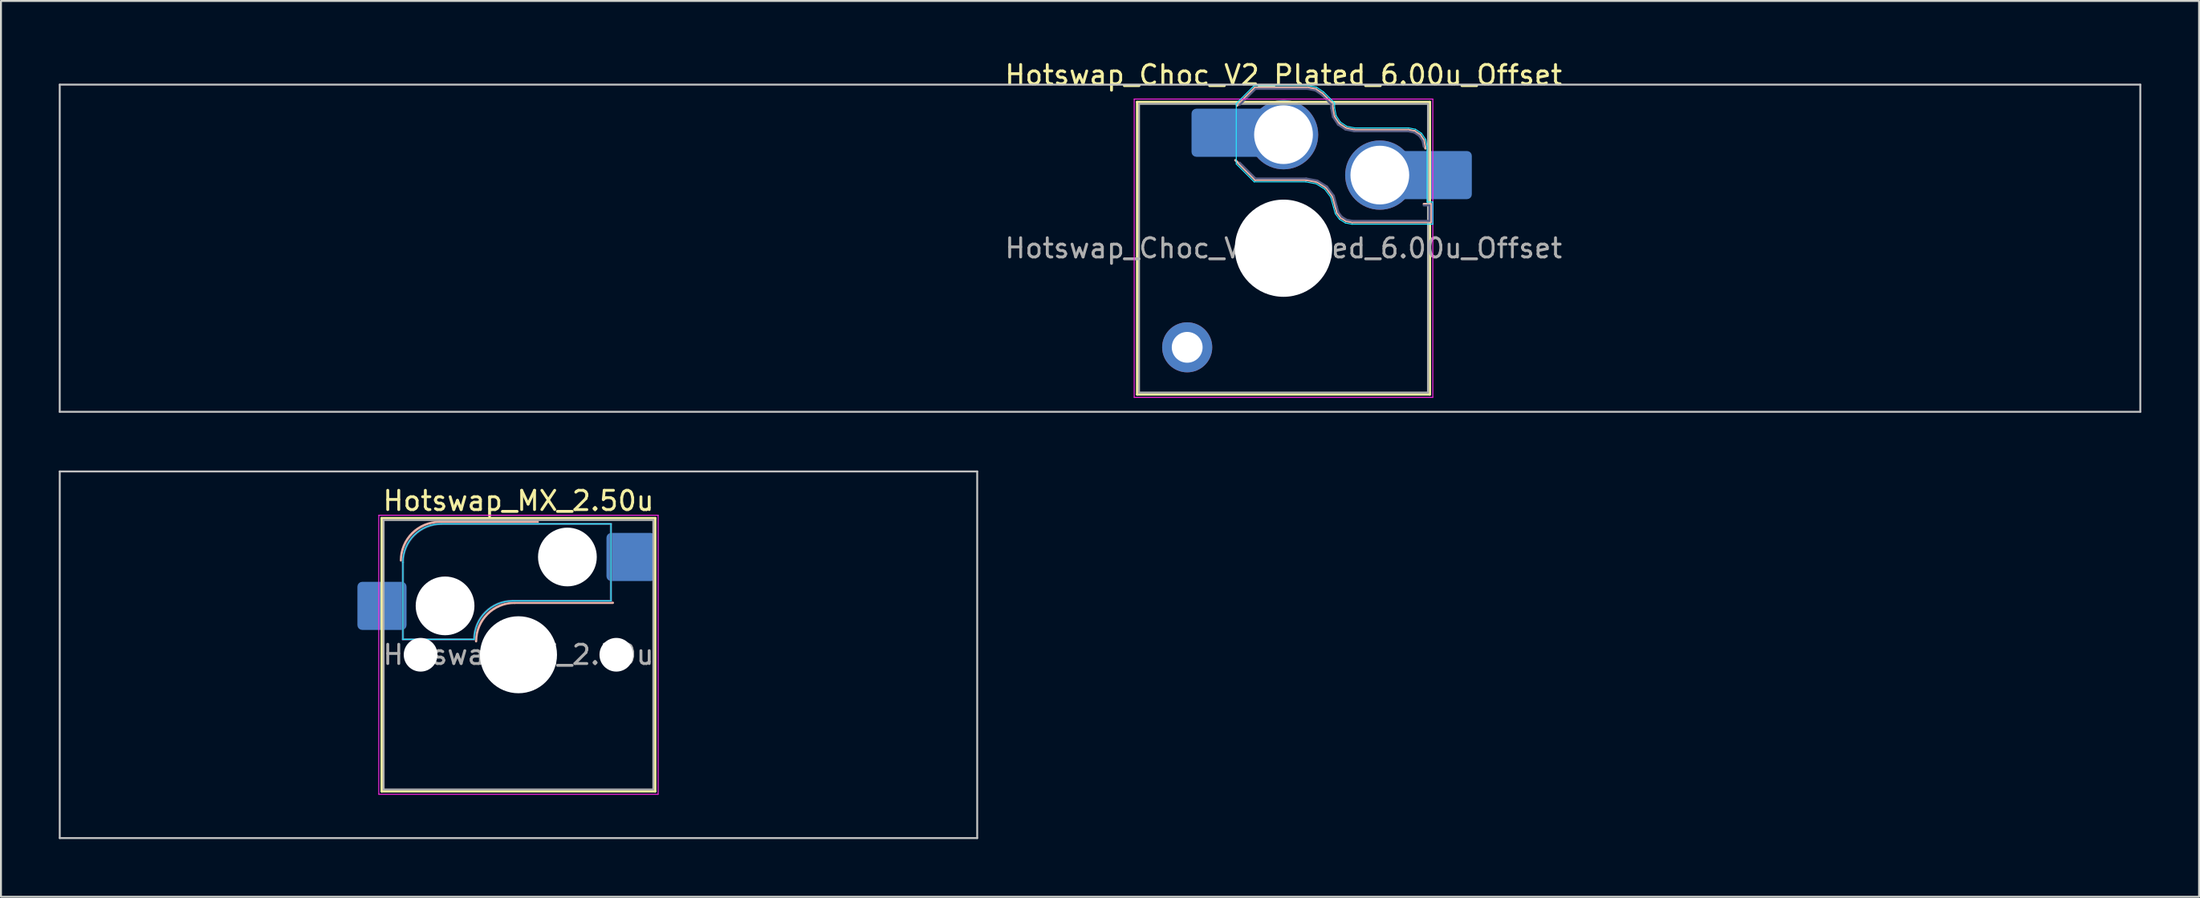
<source format=kicad_pcb>
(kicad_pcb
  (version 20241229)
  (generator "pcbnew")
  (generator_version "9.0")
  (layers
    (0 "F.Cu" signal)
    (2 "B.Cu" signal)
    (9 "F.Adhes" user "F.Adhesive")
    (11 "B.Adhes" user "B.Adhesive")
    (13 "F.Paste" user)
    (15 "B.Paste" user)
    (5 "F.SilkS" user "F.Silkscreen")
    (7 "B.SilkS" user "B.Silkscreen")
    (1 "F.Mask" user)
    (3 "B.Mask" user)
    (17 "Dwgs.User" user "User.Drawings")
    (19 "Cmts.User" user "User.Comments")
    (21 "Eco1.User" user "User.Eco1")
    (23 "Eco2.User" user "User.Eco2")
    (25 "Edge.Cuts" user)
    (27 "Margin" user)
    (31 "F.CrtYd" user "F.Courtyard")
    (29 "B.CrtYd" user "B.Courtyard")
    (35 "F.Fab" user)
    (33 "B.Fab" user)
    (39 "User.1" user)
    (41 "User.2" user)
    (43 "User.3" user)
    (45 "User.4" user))
  (footprint "Hotswap_Choc_V2_Plated_6.00u_Offset"
    (layer "F.Cu")
    (at 63.575 9.848)
    (property "Reference" "Hotswap_Choc_V2_Plated_6.00u_Offset" (at 0 -9 0) (layer "F.SilkS") (effects (font (size 1 1) (thickness 0.15))))
    (attr smd allow_soldermask_bridges)
    (fp_line (start -7.6 -7.6) (end -7.6 7.6) (stroke (width 0.12) (type solid)) (layer "F.SilkS"))
    (fp_line (start -7.6 7.6) (end 7.6 7.6) (stroke (width 0.12) (type solid)) (layer "F.SilkS"))
    (fp_line (start 7.6 -7.6) (end -7.6 -7.6) (stroke (width 0.12) (type solid)) (layer "F.SilkS"))
    (fp_line (start 7.6 7.6) (end 7.6 -7.6) (stroke (width 0.12) (type solid)) (layer "F.SilkS"))
    (fp_line (start -2.416 -7.409) (end -1.479 -8.346) (stroke (width 0.12) (type solid)) (layer "B.SilkS"))
    (fp_line (start -1.479 -8.346) (end 1.268 -8.346) (stroke (width 0.12) (type solid)) (layer "B.SilkS"))
    (fp_line (start -1.479 -3.554) (end -2.5 -4.575) (stroke (width 0.12) (type solid)) (layer "B.SilkS"))
    (fp_line (start 1.168 -3.554) (end -1.479 -3.554) (stroke (width 0.12) (type solid)) (layer "B.SilkS"))
    (fp_line (start 1.268 -8.346) (end 1.671 -8.266) (stroke (width 0.12) (type solid)) (layer "B.SilkS"))
    (fp_line (start 1.671 -8.266) (end 2.013 -8.037) (stroke (width 0.12) (type solid)) (layer "B.SilkS"))
    (fp_line (start 1.73 -3.449) (end 1.168 -3.554) (stroke (width 0.12) (type solid)) (layer "B.SilkS"))
    (fp_line (start 2.013 -8.037) (end 2.546 -7.504) (stroke (width 0.12) (type solid)) (layer "B.SilkS"))
    (fp_line (start 2.209 -3.15) (end 1.73 -3.449) (stroke (width 0.12) (type solid)) (layer "B.SilkS"))
    (fp_line (start 2.546 -7.504) (end 2.546 -7.282) (stroke (width 0.12) (type solid)) (layer "B.SilkS"))
    (fp_line (start 2.546 -7.282) (end 2.633 -6.844) (stroke (width 0.12) (type solid)) (layer "B.SilkS"))
    (fp_line (start 2.547 -2.697) (end 2.209 -3.15) (stroke (width 0.12) (type solid)) (layer "B.SilkS"))
    (fp_line (start 2.633 -6.844) (end 2.877 -6.477) (stroke (width 0.12) (type solid)) (layer "B.SilkS"))
    (fp_line (start 2.701 -2.139) (end 2.547 -2.697) (stroke (width 0.12) (type solid)) (layer "B.SilkS"))
    (fp_line (start 2.783 -1.841) (end 2.701 -2.139) (stroke (width 0.12) (type solid)) (layer "B.SilkS"))
    (fp_line (start 2.877 -6.477) (end 3.244 -6.233) (stroke (width 0.12) (type solid)) (layer "B.SilkS"))
    (fp_line (start 2.976 -1.583) (end 2.783 -1.841) (stroke (width 0.12) (type solid)) (layer "B.SilkS"))
    (fp_line (start 3.244 -6.233) (end 3.682 -6.146) (stroke (width 0.12) (type solid)) (layer "B.SilkS"))
    (fp_line (start 3.25 -1.413) (end 2.976 -1.583) (stroke (width 0.12) (type solid)) (layer "B.SilkS"))
    (fp_line (start 3.56 -1.354) (end 3.25 -1.413) (stroke (width 0.12) (type solid)) (layer "B.SilkS"))
    (fp_line (start 3.682 -6.146) (end 6.482 -6.146) (stroke (width 0.12) (type solid)) (layer "B.SilkS"))
    (fp_line (start 6.482 -6.146) (end 6.809 -6.081) (stroke (width 0.12) (type solid)) (layer "B.SilkS"))
    (fp_line (start 6.809 -6.081) (end 7.092 -5.892) (stroke (width 0.12) (type solid)) (layer "B.SilkS"))
    (fp_line (start 7.092 -5.892) (end 7.281 -5.609) (stroke (width 0.12) (type solid)) (layer "B.SilkS"))
    (fp_line (start 7.281 -5.609) (end 7.366 -5.182) (stroke (width 0.12) (type solid)) (layer "B.SilkS"))
    (fp_line (start 7.283 -2.296) (end 7.646 -2.296) (stroke (width 0.12) (type solid)) (layer "B.SilkS"))
    (fp_line (start 7.646 -2.296) (end 7.646 -1.354) (stroke (width 0.12) (type solid)) (layer "B.SilkS"))
    (fp_line (start 7.646 -1.354) (end 3.56 -1.354) (stroke (width 0.12) (type solid)) (layer "B.SilkS"))
    (fp_line (start -63.525 -8.5) (end -63.525 8.5) (stroke (width 0.1) (type solid)) (layer "Dwgs.User"))
    (fp_line (start -63.525 8.5) (end 44.475 8.5) (stroke (width 0.1) (type solid)) (layer "Dwgs.User"))
    (fp_line (start 44.475 -8.5) (end -63.525 -8.5) (stroke (width 0.1) (type solid)) (layer "Dwgs.User"))
    (fp_line (start 44.475 8.5) (end 44.475 -8.5) (stroke (width 0.1) (type solid)) (layer "Dwgs.User"))
    (fp_line (start -7.25 -7.25) (end -7.25 7.25) (stroke (width 0.1) (type solid)) (layer "Eco1.User"))
    (fp_line (start -7.25 7.25) (end 7.25 7.25) (stroke (width 0.1) (type solid)) (layer "Eco1.User"))
    (fp_line (start 7.25 -7.25) (end -7.25 -7.25) (stroke (width 0.1) (type solid)) (layer "Eco1.User"))
    (fp_line (start 7.25 7.25) (end 7.25 -7.25) (stroke (width 0.1) (type solid)) (layer "Eco1.User"))
    (fp_line (start -2.452 -7.523) (end -1.523 -8.452) (stroke (width 0.05) (type solid)) (layer "B.CrtYd"))
    (fp_line (start -2.452 -4.377) (end -2.452 -7.523) (stroke (width 0.05) (type solid)) (layer "B.CrtYd"))
    (fp_line (start -1.523 -8.452) (end 1.278 -8.452) (stroke (width 0.05) (type solid)) (layer "B.CrtYd"))
    (fp_line (start -1.523 -3.448) (end -2.452 -4.377) (stroke (width 0.05) (type solid)) (layer "B.CrtYd"))
    (fp_line (start 1.159 -3.448) (end -1.523 -3.448) (stroke (width 0.05) (type solid)) (layer "B.CrtYd"))
    (fp_line (start 1.278 -8.452) (end 1.712 -8.366) (stroke (width 0.05) (type solid)) (layer "B.CrtYd"))
    (fp_line (start 1.691 -3.348) (end 1.159 -3.448) (stroke (width 0.05) (type solid)) (layer "B.CrtYd"))
    (fp_line (start 1.712 -8.366) (end 2.081 -8.119) (stroke (width 0.05) (type solid)) (layer "B.CrtYd"))
    (fp_line (start 2.081 -8.119) (end 2.652 -7.548) (stroke (width 0.05) (type solid)) (layer "B.CrtYd"))
    (fp_line (start 2.136 -3.071) (end 1.691 -3.348) (stroke (width 0.05) (type solid)) (layer "B.CrtYd"))
    (fp_line (start 2.45 -2.65) (end 2.136 -3.071) (stroke (width 0.05) (type solid)) (layer "B.CrtYd"))
    (fp_line (start 2.599 -2.111) (end 2.45 -2.65) (stroke (width 0.05) (type solid)) (layer "B.CrtYd"))
    (fp_line (start 2.652 -7.548) (end 2.652 -7.292) (stroke (width 0.05) (type solid)) (layer "B.CrtYd"))
    (fp_line (start 2.652 -7.292) (end 2.733 -6.885) (stroke (width 0.05) (type solid)) (layer "B.CrtYd"))
    (fp_line (start 2.687 -1.794) (end 2.599 -2.111) (stroke (width 0.05) (type solid)) (layer "B.CrtYd"))
    (fp_line (start 2.733 -6.885) (end 2.953 -6.553) (stroke (width 0.05) (type solid)) (layer "B.CrtYd"))
    (fp_line (start 2.903 -1.503) (end 2.687 -1.794) (stroke (width 0.05) (type solid)) (layer "B.CrtYd"))
    (fp_line (start 2.953 -6.553) (end 3.285 -6.333) (stroke (width 0.05) (type solid)) (layer "B.CrtYd"))
    (fp_line (start 3.211 -1.312) (end 2.903 -1.503) (stroke (width 0.05) (type solid)) (layer "B.CrtYd"))
    (fp_line (start 3.285 -6.333) (end 3.692 -6.252) (stroke (width 0.05) (type solid)) (layer "B.CrtYd"))
    (fp_line (start 3.55 -1.248) (end 3.211 -1.312) (stroke (width 0.05) (type solid)) (layer "B.CrtYd"))
    (fp_line (start 3.692 -6.252) (end 6.492 -6.252) (stroke (width 0.05) (type solid)) (layer "B.CrtYd"))
    (fp_line (start 6.492 -6.252) (end 6.85 -6.181) (stroke (width 0.05) (type solid)) (layer "B.CrtYd"))
    (fp_line (start 6.85 -6.181) (end 7.168 -5.968) (stroke (width 0.05) (type solid)) (layer "B.CrtYd"))
    (fp_line (start 7.168 -5.968) (end 7.381 -5.65) (stroke (width 0.05) (type solid)) (layer "B.CrtYd"))
    (fp_line (start 7.381 -5.65) (end 7.452 -5.292) (stroke (width 0.05) (type solid)) (layer "B.CrtYd"))
    (fp_line (start 7.452 -5.292) (end 7.452 -2.402) (stroke (width 0.05) (type solid)) (layer "B.CrtYd"))
    (fp_line (start 7.452 -2.402) (end 7.752 -2.402) (stroke (width 0.05) (type solid)) (layer "B.CrtYd"))
    (fp_line (start 7.752 -2.402) (end 7.752 -1.248) (stroke (width 0.05) (type solid)) (layer "B.CrtYd"))
    (fp_line (start 7.752 -1.248) (end 3.55 -1.248) (stroke (width 0.05) (type solid)) (layer "B.CrtYd"))
    (fp_line (start -7.75 -7.75) (end -7.75 7.75) (stroke (width 0.05) (type solid)) (layer "F.CrtYd"))
    (fp_line (start -7.75 7.75) (end 7.75 7.75) (stroke (width 0.05) (type solid)) (layer "F.CrtYd"))
    (fp_line (start 7.75 -7.75) (end -7.75 -7.75) (stroke (width 0.05) (type solid)) (layer "F.CrtYd"))
    (fp_line (start 7.75 7.75) (end 7.75 -7.75) (stroke (width 0.05) (type solid)) (layer "F.CrtYd"))
    (fp_line (start -2.275 -7.45) (end -1.45 -8.275) (stroke (width 0.1) (type solid)) (layer "B.Fab"))
    (fp_line (start -1.45 -8.275) (end 1.261 -8.275) (stroke (width 0.1) (type solid)) (layer "B.Fab"))
    (fp_line (start -1.45 -3.625) (end -2.275 -4.45) (stroke (width 0.1) (type solid)) (layer "B.Fab"))
    (fp_line (start 1.175 -3.625) (end -1.45 -3.625) (stroke (width 0.1) (type solid)) (layer "B.Fab"))
    (fp_line (start 1.261 -8.275) (end 1.643 -8.199) (stroke (width 0.1) (type solid)) (layer "B.Fab"))
    (fp_line (start 1.643 -8.199) (end 1.968 -7.982) (stroke (width 0.1) (type solid)) (layer "B.Fab"))
    (fp_line (start 1.756 -3.516) (end 1.175 -3.625) (stroke (width 0.1) (type solid)) (layer "B.Fab"))
    (fp_line (start 1.968 -7.982) (end 2.475 -7.475) (stroke (width 0.1) (type solid)) (layer "B.Fab"))
    (fp_line (start 2.258 -3.203) (end 1.756 -3.516) (stroke (width 0.1) (type solid)) (layer "B.Fab"))
    (fp_line (start 2.475 -7.475) (end 2.475 -7.275) (stroke (width 0.1) (type solid)) (layer "B.Fab"))
    (fp_line (start 2.475 -7.275) (end 2.566 -6.816) (stroke (width 0.1) (type solid)) (layer "B.Fab"))
    (fp_line (start 2.566 -6.816) (end 2.826 -6.426) (stroke (width 0.1) (type solid)) (layer "B.Fab"))
    (fp_line (start 2.612 -2.729) (end 2.258 -3.203) (stroke (width 0.1) (type solid)) (layer "B.Fab"))
    (fp_line (start 2.769 -2.158) (end 2.612 -2.729) (stroke (width 0.1) (type solid)) (layer "B.Fab"))
    (fp_line (start 2.826 -6.426) (end 3.216 -6.166) (stroke (width 0.1) (type solid)) (layer "B.Fab"))
    (fp_line (start 2.848 -1.873) (end 2.769 -2.158) (stroke (width 0.1) (type solid)) (layer "B.Fab"))
    (fp_line (start 3.025 -1.636) (end 2.848 -1.873) (stroke (width 0.1) (type solid)) (layer "B.Fab"))
    (fp_line (start 3.216 -6.166) (end 3.675 -6.075) (stroke (width 0.1) (type solid)) (layer "B.Fab"))
    (fp_line (start 3.276 -1.48) (end 3.025 -1.636) (stroke (width 0.1) (type solid)) (layer "B.Fab"))
    (fp_line (start 3.567 -1.425) (end 3.276 -1.48) (stroke (width 0.1) (type solid)) (layer "B.Fab"))
    (fp_line (start 3.675 -6.075) (end 6.475 -6.075) (stroke (width 0.1) (type solid)) (layer "B.Fab"))
    (fp_line (start 6.475 -6.075) (end 6.781 -6.014) (stroke (width 0.1) (type solid)) (layer "B.Fab"))
    (fp_line (start 6.781 -6.014) (end 7.041 -5.841) (stroke (width 0.1) (type solid)) (layer "B.Fab"))
    (fp_line (start 7.041 -5.841) (end 7.214 -5.581) (stroke (width 0.1) (type solid)) (layer "B.Fab"))
    (fp_line (start 7.214 -5.581) (end 7.275 -5.275) (stroke (width 0.1) (type solid)) (layer "B.Fab"))
    (fp_line (start 7.275 -2.225) (end 7.575 -2.225) (stroke (width 0.1) (type solid)) (layer "B.Fab"))
    (fp_line (start 7.575 -2.225) (end 7.575 -1.425) (stroke (width 0.1) (type solid)) (layer "B.Fab"))
    (fp_line (start 7.575 -1.425) (end 3.567 -1.425) (stroke (width 0.1) (type solid)) (layer "B.Fab"))
    (fp_line (start -7.5 -7.5) (end -7.5 7.5) (stroke (width 0.1) (type solid)) (layer "F.Fab"))
    (fp_line (start -7.5 7.5) (end 7.5 7.5) (stroke (width 0.1) (type solid)) (layer "F.Fab"))
    (fp_line (start 7.5 -7.5) (end -7.5 -7.5) (stroke (width 0.1) (type solid)) (layer "F.Fab"))
    (fp_line (start 7.5 7.5) (end 7.5 -7.5) (stroke (width 0.1) (type solid)) (layer "F.Fab"))
    (fp_text user "${REFERENCE}" (at 0 0 0) (layer "F.Fab") (effects (font (size 1 1) (thickness 0.15))))
    (pad "" thru_hole circle (at -5 5.15) (size 2.6 2.6) (drill 1.6) (layers "*.Cu" "*.Mask"))
    (pad "" smd roundrect (at -3.5 -6) (size 2.55 2.5) (layers "B.Mask" "B.Paste") (roundrect_rratio 0.1))
    (pad "" np_thru_hole circle (at 0 0) (size 5.05 5.05) (drill 5.05) (layers "*.Cu" "*.Mask"))
    (pad "" smd roundrect (at 8.5 -3.8) (size 2.55 2.5) (layers "B.Mask" "B.Paste") (roundrect_rratio 0.1))
    (pad "1" smd roundrect (at -2.85 -6) (size 3.85 2.5) (layers "B.Cu") (roundrect_rratio 0.1))
    (pad "1" thru_hole circle (at 0 -5.9) (size 3.6 3.6) (drill 3.05) (layers "*.Cu" "*.Mask"))
    (pad "2" thru_hole circle (at 5 -3.8) (size 3.6 3.6) (drill 3.05) (layers "*.Cu" "*.Mask"))
    (pad "2" smd roundrect (at 7.85 -3.8) (size 3.85 2.5) (layers "B.Cu") (roundrect_rratio 0.1)))
  (footprint "Hotswap_MX_2.50u"
    (layer "F.Cu")
    (at 23.863 30.973)
    (property "Reference" "Hotswap_MX_2.50u" (at 0 -8 0) (layer "F.SilkS") (effects (font (size 1 1) (thickness 0.15))))
    (attr smd)
    (fp_line (start -7.1 -7.1) (end -7.1 7.1) (stroke (width 0.12) (type solid)) (layer "F.SilkS"))
    (fp_line (start -7.1 7.1) (end 7.1 7.1) (stroke (width 0.12) (type solid)) (layer "F.SilkS"))
    (fp_line (start 7.1 -7.1) (end -7.1 -7.1) (stroke (width 0.12) (type solid)) (layer "F.SilkS"))
    (fp_line (start 7.1 7.1) (end 7.1 -7.1) (stroke (width 0.12) (type solid)) (layer "F.SilkS"))
    (fp_line (start -4.1 -6.9) (end 1 -6.9) (stroke (width 0.12) (type solid)) (layer "B.SilkS"))
    (fp_line (start -0.2 -2.7) (end 4.9 -2.7) (stroke (width 0.12) (type solid)) (layer "B.SilkS"))
    (fp_arc (start -6.1 -4.9) (mid -5.514214 -6.314214) (end -4.1 -6.9) (stroke (width 0.12) (type solid)) (layer "B.SilkS"))
    (fp_arc (start -2.2 -0.7) (mid -1.614214 -2.114214) (end -0.2 -2.7) (stroke (width 0.12) (type solid)) (layer "B.SilkS"))
    (fp_line (start -23.812 -9.525) (end -23.812 9.525) (stroke (width 0.1) (type solid)) (layer "Dwgs.User"))
    (fp_line (start -23.812 9.525) (end 23.812 9.525) (stroke (width 0.1) (type solid)) (layer "Dwgs.User"))
    (fp_line (start 23.812 -9.525) (end -23.812 -9.525) (stroke (width 0.1) (type solid)) (layer "Dwgs.User"))
    (fp_line (start 23.812 9.525) (end 23.812 -9.525) (stroke (width 0.1) (type solid)) (layer "Dwgs.User"))
    (fp_line (start -7.8 -6) (end -7 -6) (stroke (width 0.1) (type solid)) (layer "Eco1.User"))
    (fp_line (start -7.8 -2.9) (end -7.8 -6) (stroke (width 0.1) (type solid)) (layer "Eco1.User"))
    (fp_line (start -7.8 2.9) (end -7 2.9) (stroke (width 0.1) (type solid)) (layer "Eco1.User"))
    (fp_line (start -7.8 6) (end -7.8 2.9) (stroke (width 0.1) (type solid)) (layer "Eco1.User"))
    (fp_line (start -7 -7) (end 7 -7) (stroke (width 0.1) (type solid)) (layer "Eco1.User"))
    (fp_line (start -7 -6) (end -7 -7) (stroke (width 0.1) (type solid)) (layer "Eco1.User"))
    (fp_line (start -7 -2.9) (end -7.8 -2.9) (stroke (width 0.1) (type solid)) (layer "Eco1.User"))
    (fp_line (start -7 2.9) (end -7 -2.9) (stroke (width 0.1) (type solid)) (layer "Eco1.User"))
    (fp_line (start -7 6) (end -7.8 6) (stroke (width 0.1) (type solid)) (layer "Eco1.User"))
    (fp_line (start -7 7) (end -7 6) (stroke (width 0.1) (type solid)) (layer "Eco1.User"))
    (fp_line (start 7 -7) (end 7 -6) (stroke (width 0.1) (type solid)) (layer "Eco1.User"))
    (fp_line (start 7 -6) (end 7.8 -6) (stroke (width 0.1) (type solid)) (layer "Eco1.User"))
    (fp_line (start 7 -2.9) (end 7 2.9) (stroke (width 0.1) (type solid)) (layer "Eco1.User"))
    (fp_line (start 7 2.9) (end 7.8 2.9) (stroke (width 0.1) (type solid)) (layer "Eco1.User"))
    (fp_line (start 7 6) (end 7 7) (stroke (width 0.1) (type solid)) (layer "Eco1.User"))
    (fp_line (start 7 7) (end -7 7) (stroke (width 0.1) (type solid)) (layer "Eco1.User"))
    (fp_line (start 7.8 -6) (end 7.8 -2.9) (stroke (width 0.1) (type solid)) (layer "Eco1.User"))
    (fp_line (start 7.8 -2.9) (end 7 -2.9) (stroke (width 0.1) (type solid)) (layer "Eco1.User"))
    (fp_line (start 7.8 2.9) (end 7.8 6) (stroke (width 0.1) (type solid)) (layer "Eco1.User"))
    (fp_line (start 7.8 6) (end 7 6) (stroke (width 0.1) (type solid)) (layer "Eco1.User"))
    (fp_line (start -6 -0.8) (end -6 -4.8) (stroke (width 0.05) (type solid)) (layer "B.CrtYd"))
    (fp_line (start -6 -0.8) (end -2.3 -0.8) (stroke (width 0.05) (type solid)) (layer "B.CrtYd"))
    (fp_line (start -4 -6.8) (end 4.8 -6.8) (stroke (width 0.05) (type solid)) (layer "B.CrtYd"))
    (fp_line (start -0.3 -2.8) (end 4.8 -2.8) (stroke (width 0.05) (type solid)) (layer "B.CrtYd"))
    (fp_line (start 4.8 -6.8) (end 4.8 -2.8) (stroke (width 0.05) (type solid)) (layer "B.CrtYd"))
    (fp_arc (start -6 -4.8) (mid -5.414214 -6.214214) (end -4 -6.8) (stroke (width 0.05) (type solid)) (layer "B.CrtYd"))
    (fp_arc (start -2.3 -0.8) (mid -1.714214 -2.214214) (end -0.3 -2.8) (stroke (width 0.05) (type solid)) (layer "B.CrtYd"))
    (fp_line (start -7.25 -7.25) (end -7.25 7.25) (stroke (width 0.05) (type solid)) (layer "F.CrtYd"))
    (fp_line (start -7.25 7.25) (end 7.25 7.25) (stroke (width 0.05) (type solid)) (layer "F.CrtYd"))
    (fp_line (start 7.25 -7.25) (end -7.25 -7.25) (stroke (width 0.05) (type solid)) (layer "F.CrtYd"))
    (fp_line (start 7.25 7.25) (end 7.25 -7.25) (stroke (width 0.05) (type solid)) (layer "F.CrtYd"))
    (fp_line (start -6 -0.8) (end -6 -4.8) (stroke (width 0.12) (type solid)) (layer "B.Fab"))
    (fp_line (start -6 -0.8) (end -2.3 -0.8) (stroke (width 0.12) (type solid)) (layer "B.Fab"))
    (fp_line (start -4 -6.8) (end 4.8 -6.8) (stroke (width 0.12) (type solid)) (layer "B.Fab"))
    (fp_line (start -0.3 -2.8) (end 4.8 -2.8) (stroke (width 0.12) (type solid)) (layer "B.Fab"))
    (fp_line (start 4.8 -6.8) (end 4.8 -2.8) (stroke (width 0.12) (type solid)) (layer "B.Fab"))
    (fp_arc (start -6 -4.8) (mid -5.414214 -6.214214) (end -4 -6.8) (stroke (width 0.12) (type solid)) (layer "B.Fab"))
    (fp_arc (start -2.3 -0.8) (mid -1.714214 -2.214214) (end -0.3 -2.8) (stroke (width 0.12) (type solid)) (layer "B.Fab"))
    (fp_line (start -7 -7) (end -7 7) (stroke (width 0.1) (type solid)) (layer "F.Fab"))
    (fp_line (start -7 7) (end 7 7) (stroke (width 0.1) (type solid)) (layer "F.Fab"))
    (fp_line (start 7 -7) (end -7 -7) (stroke (width 0.1) (type solid)) (layer "F.Fab"))
    (fp_line (start 7 7) (end 7 -7) (stroke (width 0.1) (type solid)) (layer "F.Fab"))
    (fp_text user "${REFERENCE}" (at 0 0 0) (layer "F.Fab") (effects (font (size 1 1) (thickness 0.15))))
    (pad "" np_thru_hole circle (at -5.08 0) (size 1.75 1.75) (drill 1.75) (layers "*.Cu" "*.Mask"))
    (pad "" np_thru_hole circle (at -3.81 -2.54) (size 3.05 3.05) (drill 3.05) (layers "*.Cu" "*.Mask"))
    (pad "" np_thru_hole circle (at 0 0) (size 4 4) (drill 4) (layers "*.Cu" "*.Mask"))
    (pad "" np_thru_hole circle (at 2.54 -5.08) (size 3.05 3.05) (drill 3.05) (layers "*.Cu" "*.Mask"))
    (pad "" np_thru_hole circle (at 5.08 0) (size 1.75 1.75) (drill 1.75) (layers "*.Cu" "*.Mask"))
    (pad "1" smd roundrect (at -7.085 -2.54) (size 2.55 2.5) (layers "B.Cu" "B.Mask" "B.Paste") (roundrect_rratio 0.1))
    (pad "2" smd roundrect (at 5.842 -5.08) (size 2.55 2.5) (layers "B.Cu" "B.Mask" "B.Paste") (roundrect_rratio 0.1)))
  (gr_rect
    (start -3 -3)
    (end 111.1 43.548)
    (stroke (width 0.1) (type default))
    (fill no)
    (layer "Edge.Cuts")))
</source>
